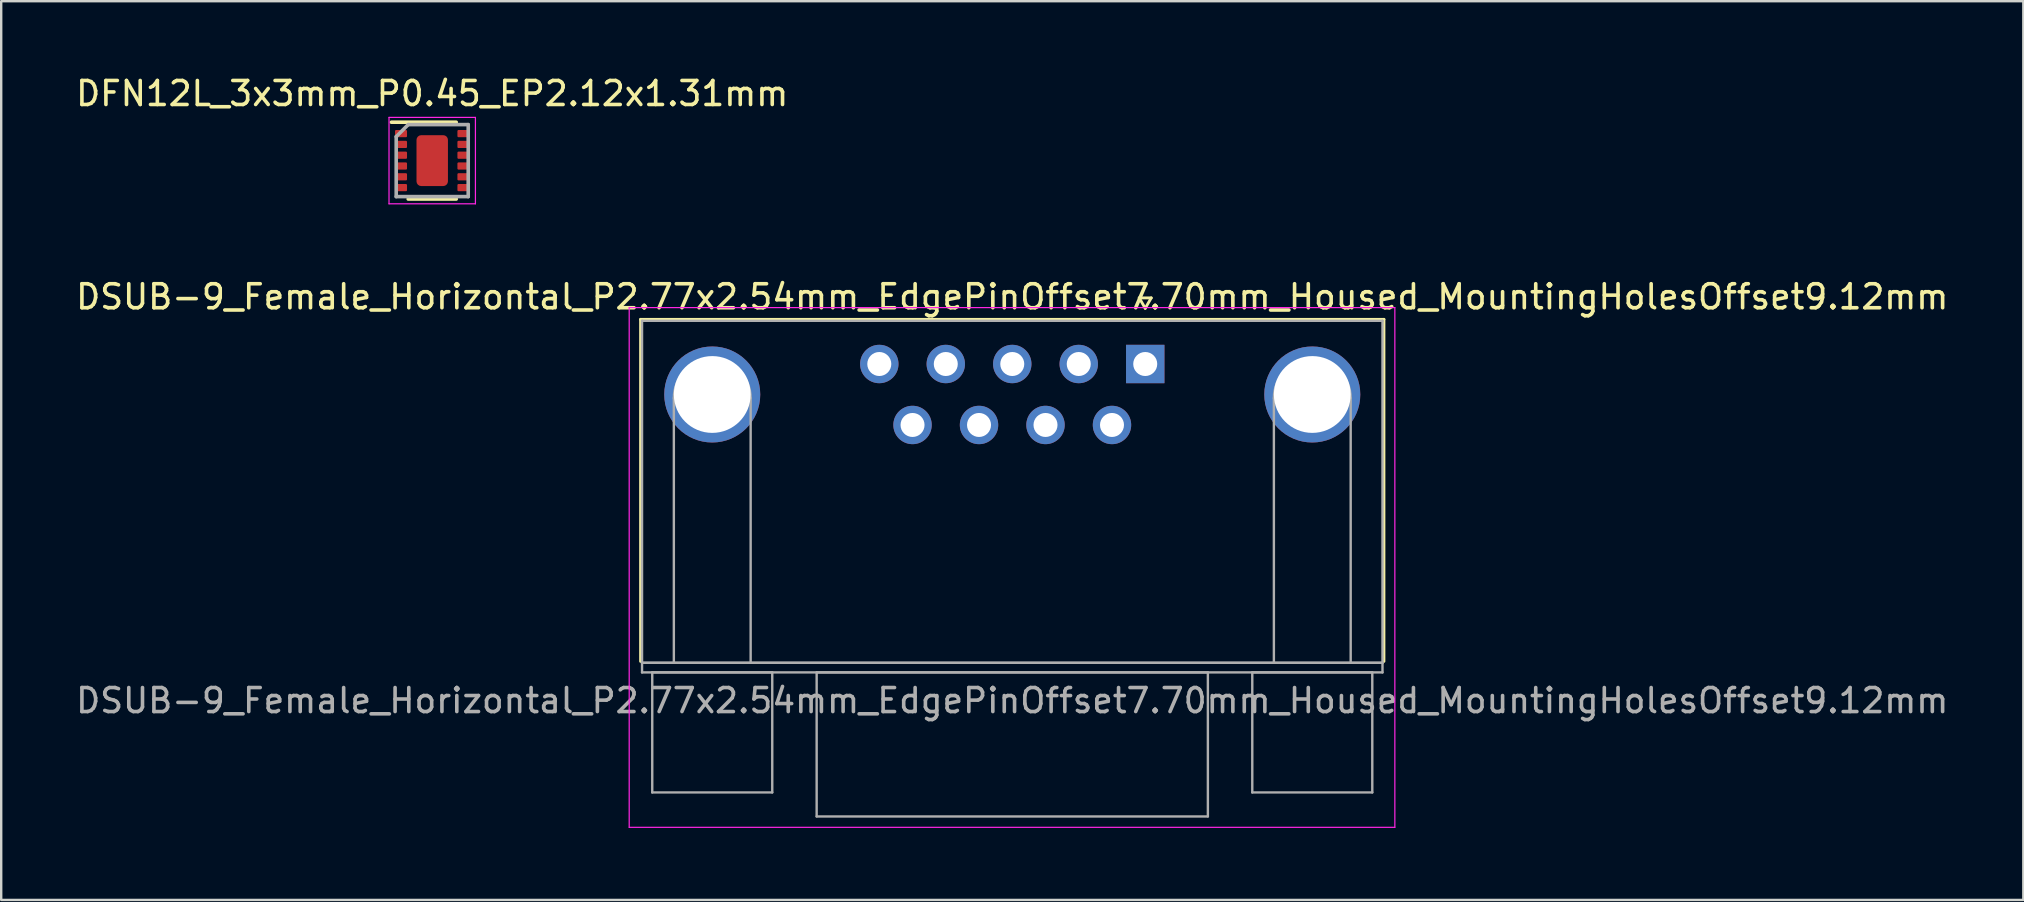
<source format=kicad_pcb>
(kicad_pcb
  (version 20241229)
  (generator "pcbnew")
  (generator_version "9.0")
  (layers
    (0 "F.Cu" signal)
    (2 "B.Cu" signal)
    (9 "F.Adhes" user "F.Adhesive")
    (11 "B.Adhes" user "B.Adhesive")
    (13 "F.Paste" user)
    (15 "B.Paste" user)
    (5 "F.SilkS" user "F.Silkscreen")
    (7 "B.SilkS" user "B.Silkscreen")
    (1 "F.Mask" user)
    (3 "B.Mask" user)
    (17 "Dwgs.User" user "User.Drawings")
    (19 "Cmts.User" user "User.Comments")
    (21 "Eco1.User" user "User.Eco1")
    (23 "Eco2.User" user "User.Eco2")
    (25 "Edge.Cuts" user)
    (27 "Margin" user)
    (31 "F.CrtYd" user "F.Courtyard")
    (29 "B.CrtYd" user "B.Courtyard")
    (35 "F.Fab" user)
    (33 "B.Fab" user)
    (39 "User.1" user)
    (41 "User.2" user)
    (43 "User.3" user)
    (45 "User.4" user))
  (footprint "DFN12L_3x3mm_P0.45_EP2.12x1.31mm"
    (layer "F.Cu")
    (at 14.958 3.642)
    (property "Reference" "DFN12L_3x3mm_P0.45_EP2.12x1.31mm" (at 0 -2.794 0) (layer "F.SilkS") (effects (font (size 1 1) (thickness 0.15))))
    (attr smd)
    (fp_line (start 1 -1.6) (end -1.7 -1.6) (stroke (width 0.15) (type solid)) (layer "F.SilkS"))
    (fp_line (start 1 1.6) (end -1 1.6) (stroke (width 0.15) (type solid)) (layer "F.SilkS"))
    (fp_line (start -1.8 -1.8) (end -1.8 1.8) (stroke (width 0.05) (type solid)) (layer "F.CrtYd"))
    (fp_line (start -1.8 1.8) (end 1.8 1.8) (stroke (width 0.05) (type solid)) (layer "F.CrtYd"))
    (fp_line (start 1.8 -1.8) (end -1.8 -1.8) (stroke (width 0.05) (type solid)) (layer "F.CrtYd"))
    (fp_line (start 1.8 1.8) (end 1.8 -1.8) (stroke (width 0.05) (type solid)) (layer "F.CrtYd"))
    (fp_line (start -1.5 -1) (end -1 -1.5) (stroke (width 0.15) (type solid)) (layer "F.Fab"))
    (fp_line (start -1.5 1.5) (end -1.5 -1) (stroke (width 0.15) (type solid)) (layer "F.Fab"))
    (fp_line (start -1 -1.5) (end 1.5 -1.5) (stroke (width 0.15) (type solid)) (layer "F.Fab"))
    (fp_line (start 1.5 -1.5) (end 1.5 1.5) (stroke (width 0.15) (type solid)) (layer "F.Fab"))
    (fp_line (start 1.5 1.5) (end -1.5 1.5) (stroke (width 0.15) (type solid)) (layer "F.Fab"))
    (pad "1" smd roundrect (at -1.3 -1.125 90) (size 0.3 0.5) (layers "F.Cu" "F.Mask" "F.Paste") (roundrect_rratio 0.15))
    (pad "2" smd roundrect (at -1.3 -0.675 90) (size 0.3 0.5) (layers "F.Cu" "F.Mask" "F.Paste") (roundrect_rratio 0.15))
    (pad "3" smd roundrect (at -1.3 -0.225 90) (size 0.3 0.5) (layers "F.Cu" "F.Mask" "F.Paste") (roundrect_rratio 0.15))
    (pad "4" smd roundrect (at -1.3 0.225 90) (size 0.3 0.5) (layers "F.Cu" "F.Mask" "F.Paste") (roundrect_rratio 0.15))
    (pad "5" smd roundrect (at -1.3 0.675 90) (size 0.3 0.5) (layers "F.Cu" "F.Mask" "F.Paste") (roundrect_rratio 0.15))
    (pad "6" smd roundrect (at -1.3 1.125 90) (size 0.3 0.5) (layers "F.Cu" "F.Mask" "F.Paste") (roundrect_rratio 0.15))
    (pad "7" smd roundrect (at 1.3 1.125 90) (size 0.3 0.5) (layers "F.Cu" "F.Mask" "F.Paste") (roundrect_rratio 0.15))
    (pad "8" smd roundrect (at 1.3 0.675 90) (size 0.3 0.5) (layers "F.Cu" "F.Mask" "F.Paste") (roundrect_rratio 0.15))
    (pad "9" smd roundrect (at 1.3 0.225 90) (size 0.3 0.5) (layers "F.Cu" "F.Mask" "F.Paste") (roundrect_rratio 0.15))
    (pad "10" smd roundrect (at 1.3 -0.225 90) (size 0.3 0.5) (layers "F.Cu" "F.Mask" "F.Paste") (roundrect_rratio 0.15))
    (pad "11" smd roundrect (at 1.3 -0.675 90) (size 0.3 0.5) (layers "F.Cu" "F.Mask" "F.Paste") (roundrect_rratio 0.15))
    (pad "12" smd roundrect (at 1.3 -1.125 90) (size 0.3 0.5) (layers "F.Cu" "F.Mask" "F.Paste") (roundrect_rratio 0.15))
    (pad "13" smd roundrect (at 0 0) (size 1.31 2.12) (layers "F.Cu" "F.Mask" "F.Paste") (roundrect_rratio 0.15)))
  (footprint "DSUB-9_Female_Horizontal_P2.77x2.54mm_EdgePinOffset7.70mm_Housed_MountingHolesOffset9.12mm"
    (layer "F.Cu")
    (at 44.665 12.116)
    (property "Reference" "DSUB-9_Female_Horizontal_P2.77x2.54mm_EdgePinOffset7.70mm_Housed_MountingHolesOffset9.12mm" (at -5.54 -2.8 0) (layer "F.SilkS") (effects (font (size 1 1) (thickness 0.15))))
    (attr through_hole)
    (fp_line (start -21.025 -1.86) (end 9.945 -1.86) (stroke (width 0.12) (type solid)) (layer "F.SilkS"))
    (fp_line (start -21.025 12.39) (end -21.025 -1.86) (stroke (width 0.12) (type solid)) (layer "F.SilkS"))
    (fp_line (start -0.25 -2.754) (end 0.25 -2.754) (stroke (width 0.12) (type solid)) (layer "F.SilkS"))
    (fp_line (start 0 -2.321) (end -0.25 -2.754) (stroke (width 0.12) (type solid)) (layer "F.SilkS"))
    (fp_line (start 0.25 -2.754) (end 0 -2.321) (stroke (width 0.12) (type solid)) (layer "F.SilkS"))
    (fp_line (start 9.945 -1.86) (end 9.945 12.39) (stroke (width 0.12) (type solid)) (layer "F.SilkS"))
    (fp_line (start -21.5 -2.35) (end -21.5 19.304) (stroke (width 0.05) (type solid)) (layer "F.CrtYd"))
    (fp_line (start -21.5 19.304) (end 10.4 19.304) (stroke (width 0.05) (type solid)) (layer "F.CrtYd"))
    (fp_line (start 10.4 -2.35) (end -21.5 -2.35) (stroke (width 0.05) (type solid)) (layer "F.CrtYd"))
    (fp_line (start 10.4 19.304) (end 10.4 -2.35) (stroke (width 0.05) (type solid)) (layer "F.CrtYd"))
    (fp_line (start -20.965 -1.8) (end -20.965 12.45) (stroke (width 0.1) (type solid)) (layer "F.Fab"))
    (fp_line (start -20.965 12.45) (end -20.965 12.85) (stroke (width 0.1) (type solid)) (layer "F.Fab"))
    (fp_line (start -20.965 12.45) (end 9.885 12.45) (stroke (width 0.1) (type solid)) (layer "F.Fab"))
    (fp_line (start -20.965 12.85) (end 9.885 12.85) (stroke (width 0.1) (type solid)) (layer "F.Fab"))
    (fp_line (start -20.54 12.85) (end -20.54 17.85) (stroke (width 0.1) (type solid)) (layer "F.Fab"))
    (fp_line (start -20.54 17.85) (end -15.54 17.85) (stroke (width 0.1) (type solid)) (layer "F.Fab"))
    (fp_line (start -19.64 12.45) (end -19.64 1.42) (stroke (width 0.1) (type solid)) (layer "F.Fab"))
    (fp_line (start -16.44 12.45) (end -16.44 1.42) (stroke (width 0.1) (type solid)) (layer "F.Fab"))
    (fp_line (start -15.54 12.85) (end -20.54 12.85) (stroke (width 0.1) (type solid)) (layer "F.Fab"))
    (fp_line (start -15.54 17.85) (end -15.54 12.85) (stroke (width 0.1) (type solid)) (layer "F.Fab"))
    (fp_line (start -13.69 12.85) (end -13.69 18.85) (stroke (width 0.1) (type solid)) (layer "F.Fab"))
    (fp_line (start -13.69 18.85) (end 2.61 18.85) (stroke (width 0.1) (type solid)) (layer "F.Fab"))
    (fp_line (start 2.61 12.85) (end -13.69 12.85) (stroke (width 0.1) (type solid)) (layer "F.Fab"))
    (fp_line (start 2.61 18.85) (end 2.61 12.85) (stroke (width 0.1) (type solid)) (layer "F.Fab"))
    (fp_line (start 4.46 12.85) (end 4.46 17.85) (stroke (width 0.1) (type solid)) (layer "F.Fab"))
    (fp_line (start 4.46 17.85) (end 9.46 17.85) (stroke (width 0.1) (type solid)) (layer "F.Fab"))
    (fp_line (start 5.36 12.45) (end 5.36 1.42) (stroke (width 0.1) (type solid)) (layer "F.Fab"))
    (fp_line (start 8.56 12.45) (end 8.56 1.42) (stroke (width 0.1) (type solid)) (layer "F.Fab"))
    (fp_line (start 9.46 12.85) (end 4.46 12.85) (stroke (width 0.1) (type solid)) (layer "F.Fab"))
    (fp_line (start 9.46 17.85) (end 9.46 12.85) (stroke (width 0.1) (type solid)) (layer "F.Fab"))
    (fp_line (start 9.885 -1.8) (end -20.965 -1.8) (stroke (width 0.1) (type solid)) (layer "F.Fab"))
    (fp_line (start 9.885 12.45) (end -20.965 12.45) (stroke (width 0.1) (type solid)) (layer "F.Fab"))
    (fp_line (start 9.885 12.45) (end 9.885 -1.8) (stroke (width 0.1) (type solid)) (layer "F.Fab"))
    (fp_line (start 9.885 12.85) (end 9.885 12.45) (stroke (width 0.1) (type solid)) (layer "F.Fab"))
    (fp_arc (start -19.64 1.42) (mid -18.04 -0.18) (end -16.44 1.42) (stroke (width 0.1) (type solid)) (layer "F.Fab"))
    (fp_arc (start 5.36 1.42) (mid 6.96 -0.18) (end 8.56 1.42) (stroke (width 0.1) (type solid)) (layer "F.Fab"))
    (fp_text user "${REFERENCE}" (at -5.54 14.025 0) (layer "F.Fab") (effects (font (size 1 1) (thickness 0.15))))
    (pad "0" thru_hole circle (at -18.04 1.27) (size 4 4) (drill 3.2) (layers "*.Cu" "*.Mask"))
    (pad "0" thru_hole circle (at 6.96 1.27) (size 4 4) (drill 3.2) (layers "*.Cu" "*.Mask"))
    (pad "1" thru_hole rect (at 0 0) (size 1.6 1.6) (drill 1) (layers "*.Cu" "*.Mask"))
    (pad "2" thru_hole circle (at -2.77 0) (size 1.6 1.6) (drill 1) (layers "*.Cu" "*.Mask"))
    (pad "3" thru_hole circle (at -5.54 0) (size 1.6 1.6) (drill 1) (layers "*.Cu" "*.Mask"))
    (pad "4" thru_hole circle (at -8.31 0) (size 1.6 1.6) (drill 1) (layers "*.Cu" "*.Mask"))
    (pad "5" thru_hole circle (at -11.08 0) (size 1.6 1.6) (drill 1) (layers "*.Cu" "*.Mask"))
    (pad "6" thru_hole circle (at -1.385 2.54) (size 1.6 1.6) (drill 1) (layers "*.Cu" "*.Mask"))
    (pad "7" thru_hole circle (at -4.155 2.54) (size 1.6 1.6) (drill 1) (layers "*.Cu" "*.Mask"))
    (pad "8" thru_hole circle (at -6.925 2.54) (size 1.6 1.6) (drill 1) (layers "*.Cu" "*.Mask"))
    (pad "9" thru_hole circle (at -9.695 2.54) (size 1.6 1.6) (drill 1) (layers "*.Cu" "*.Mask")))
  (gr_rect
    (start -3 -3)
    (end 81.25 34.444)
    (stroke (width 0.1) (type default))
    (fill no)
    (layer "Edge.Cuts")))
</source>
